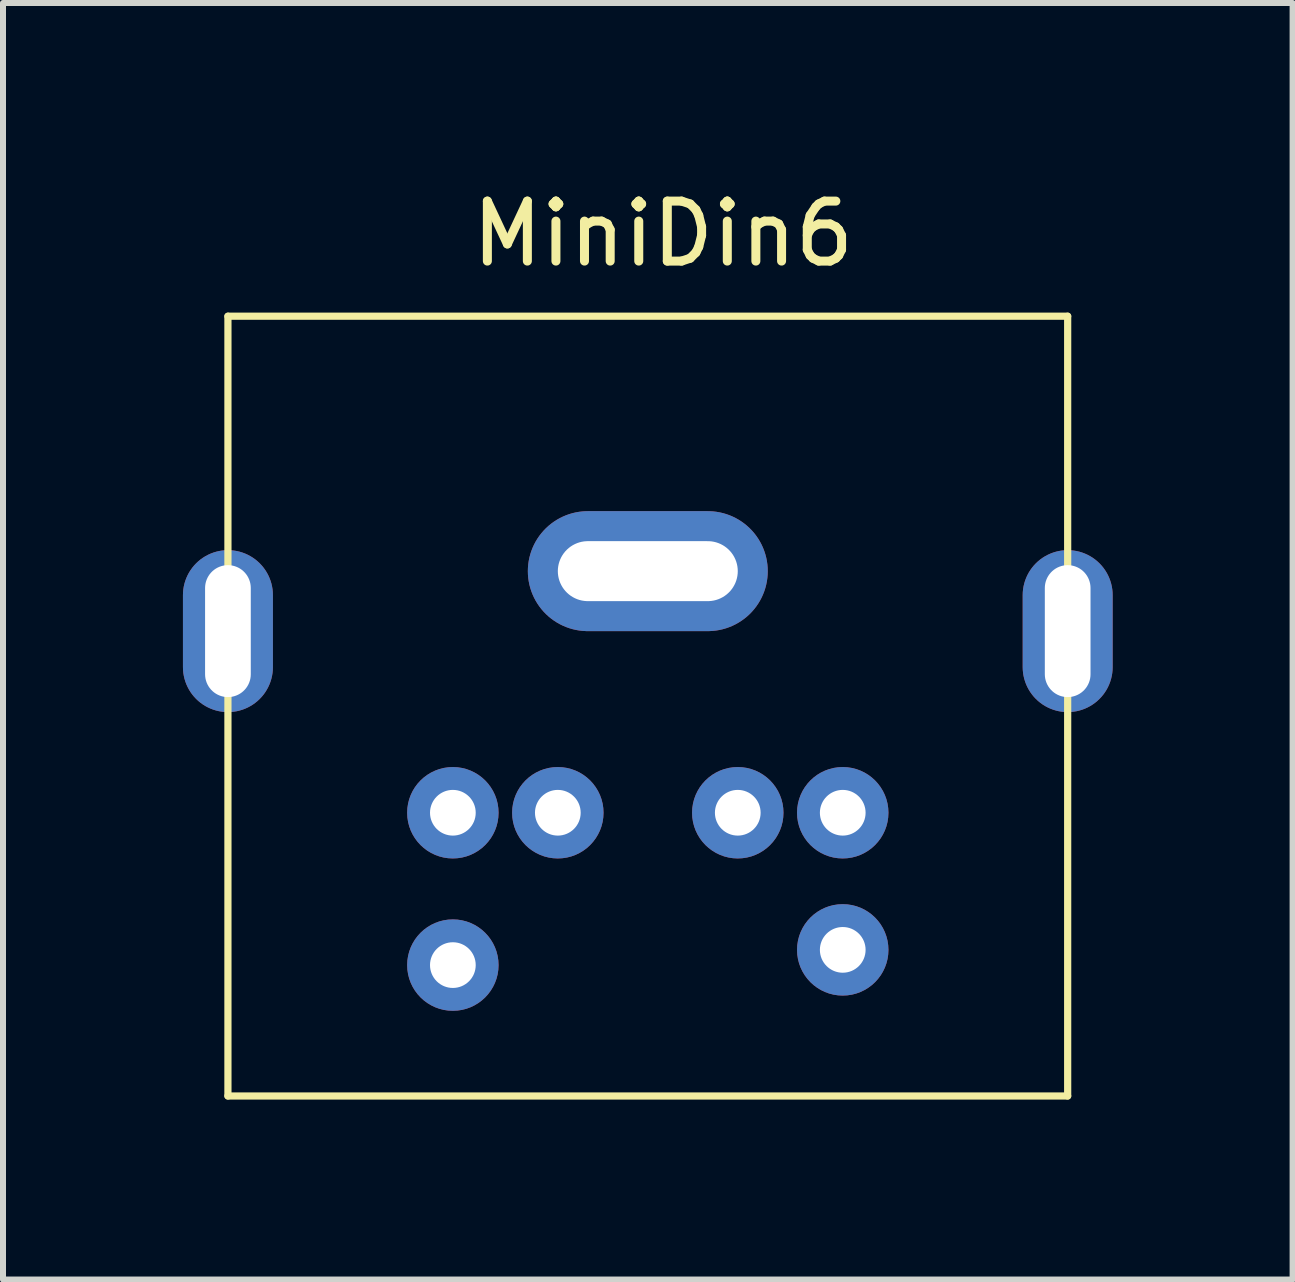
<source format=kicad_pcb>
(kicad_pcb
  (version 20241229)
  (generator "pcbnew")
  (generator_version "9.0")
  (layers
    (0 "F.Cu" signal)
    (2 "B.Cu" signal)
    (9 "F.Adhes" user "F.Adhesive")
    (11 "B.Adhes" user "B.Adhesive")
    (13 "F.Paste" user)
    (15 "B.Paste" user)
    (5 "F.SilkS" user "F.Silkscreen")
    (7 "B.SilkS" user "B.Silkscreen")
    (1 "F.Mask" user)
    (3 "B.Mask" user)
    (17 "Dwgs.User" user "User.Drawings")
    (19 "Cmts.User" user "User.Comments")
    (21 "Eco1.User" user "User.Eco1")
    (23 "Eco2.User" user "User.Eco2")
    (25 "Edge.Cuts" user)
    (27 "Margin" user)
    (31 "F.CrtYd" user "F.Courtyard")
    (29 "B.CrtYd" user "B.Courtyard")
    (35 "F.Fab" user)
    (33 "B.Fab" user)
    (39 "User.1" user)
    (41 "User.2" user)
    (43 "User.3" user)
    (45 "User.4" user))
  (footprint "MiniDin6"
    (layer "F.Cu")
    (at 7.75 8.722)
    (property "Reference" "MiniDin6" (at 0.254 -7.874 0) (layer "F.SilkS") (effects (font (size 1 1) (thickness 0.15))))
    (attr through_hole)
    (fp_line (start -7 -6.5) (end 7 -6.5) (stroke (width 0.12) (type solid)) (layer "F.SilkS"))
    (fp_line (start -7 6.5) (end -7 -6.5) (stroke (width 0.12) (type solid)) (layer "F.SilkS"))
    (fp_line (start -7 6.5) (end 7 6.5) (stroke (width 0.12) (type solid)) (layer "F.SilkS"))
    (fp_line (start 7 -6.5) (end 7 6.5) (stroke (width 0.12) (type solid)) (layer "F.SilkS"))
    (pad "1" thru_hole circle (at 1.5 1.778) (size 1.524 1.524) (drill 0.762) (layers "*.Cu" "*.Mask"))
    (pad "2" thru_hole circle (at -1.5 1.778) (size 1.524 1.524) (drill 0.762) (layers "*.Cu" "*.Mask"))
    (pad "3" thru_hole circle (at 3.25 1.778) (size 1.524 1.524) (drill 0.762) (layers "*.Cu" "*.Mask"))
    (pad "4" thru_hole circle (at -3.25 1.778) (size 1.524 1.524) (drill 0.762) (layers "*.Cu" "*.Mask"))
    (pad "5" thru_hole circle (at 3.25 4.064) (size 1.524 1.524) (drill 0.762) (layers "*.Cu" "*.Mask"))
    (pad "6" thru_hole circle (at -3.25 4.318) (size 1.524 1.524) (drill 0.762) (layers "*.Cu" "*.Mask"))
    (pad "7" thru_hole oval (at -7 -1.25) (size 1.5 2.7) (drill oval 0.762 2.2) (layers "*.Cu" "*.Mask"))
    (pad "8" thru_hole oval (at 7 -1.25) (size 1.5 2.7) (drill oval 0.762 2.2) (layers "*.Cu" "*.Mask"))
    (pad "9" thru_hole oval (at 0 -2.25) (size 4 2) (drill oval 3 1) (layers "*.Cu" "*.Mask")))
  (gr_rect
    (start -3 -3)
    (end 18.5 18.282)
    (stroke (width 0.1) (type default))
    (fill no)
    (layer "Edge.Cuts")))
</source>
